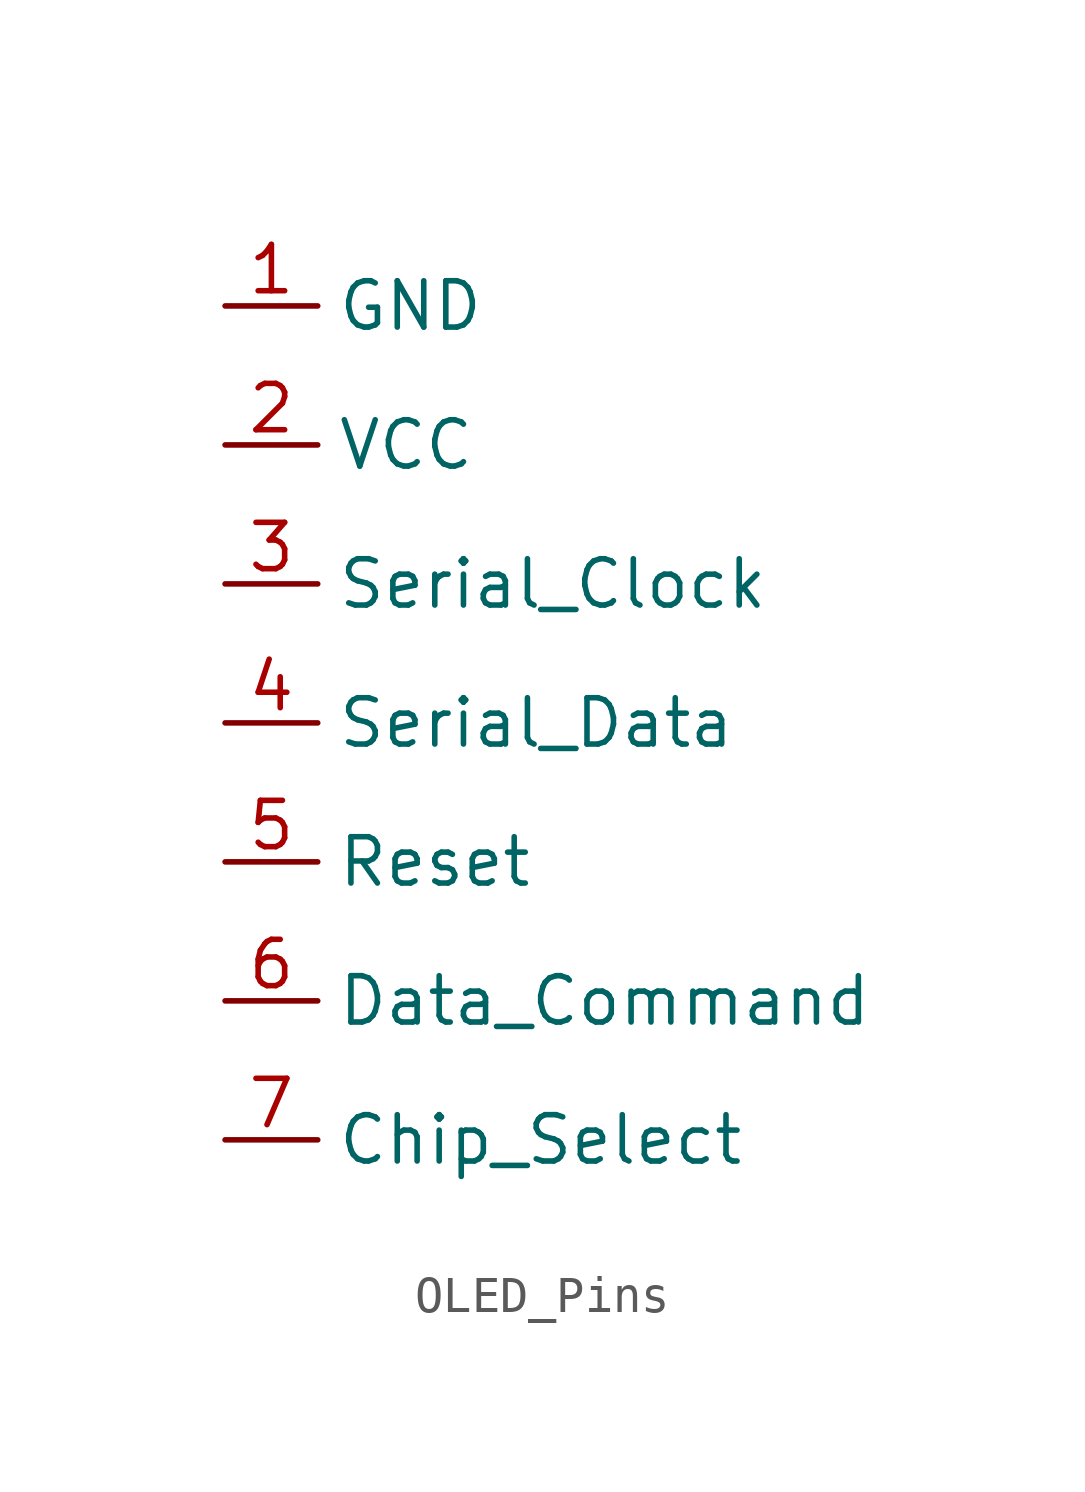
<source format=kicad_sym>
(kicad_symbol_lib
  (version 20241209)
  (generator "kicad_symbol_editor")
  (generator_version "9.0")
  (symbol "OLED_Pins"
    (property "Reference" "U"
      (at 0 0 0)
      (effects (font (size 1.27 1.27)) (hide yes)))
    (property "Value" ""
      (at 0 0 0)
      (effects (font (size 1.27 1.27))))
    (symbol "OLED_Pins_1_1"
      (pin power_in line (at 0 5.08 0) (length 2.54) (name "GND" (effects (font (size 1.27 1.27)))) (number "1" (effects (font (size 1.27 1.27)))))
      (pin power_in line (at 0 1.27 0) (length 2.54) (name "VCC" (effects (font (size 1.27 1.27)))) (number "2" (effects (font (size 1.27 1.27)))))
      (pin input line (at 0 -2.54 0) (length 2.54) (name "Serial_Clock" (effects (font (size 1.27 1.27)))) (number "3" (effects (font (size 1.27 1.27)))))
      (pin bidirectional line (at 0 -6.35 0) (length 2.54) (name "Serial_Data" (effects (font (size 1.27 1.27)))) (number "4" (effects (font (size 1.27 1.27)))))
      (pin input line (at 0 -10.16 0) (length 2.54) (name "Reset" (effects (font (size 1.27 1.27)))) (number "5" (effects (font (size 1.27 1.27)))))
      (pin input line (at 0 -13.97 0) (length 2.54) (name "Data_Command" (effects (font (size 1.27 1.27)))) (number "6" (effects (font (size 1.27 1.27)))))
      (pin input line (at 0 -17.78 0) (length 2.54) (name "Chip_Select" (effects (font (size 1.27 1.27)))) (number "7" (effects (font (size 1.27 1.27))))))))
</source>
